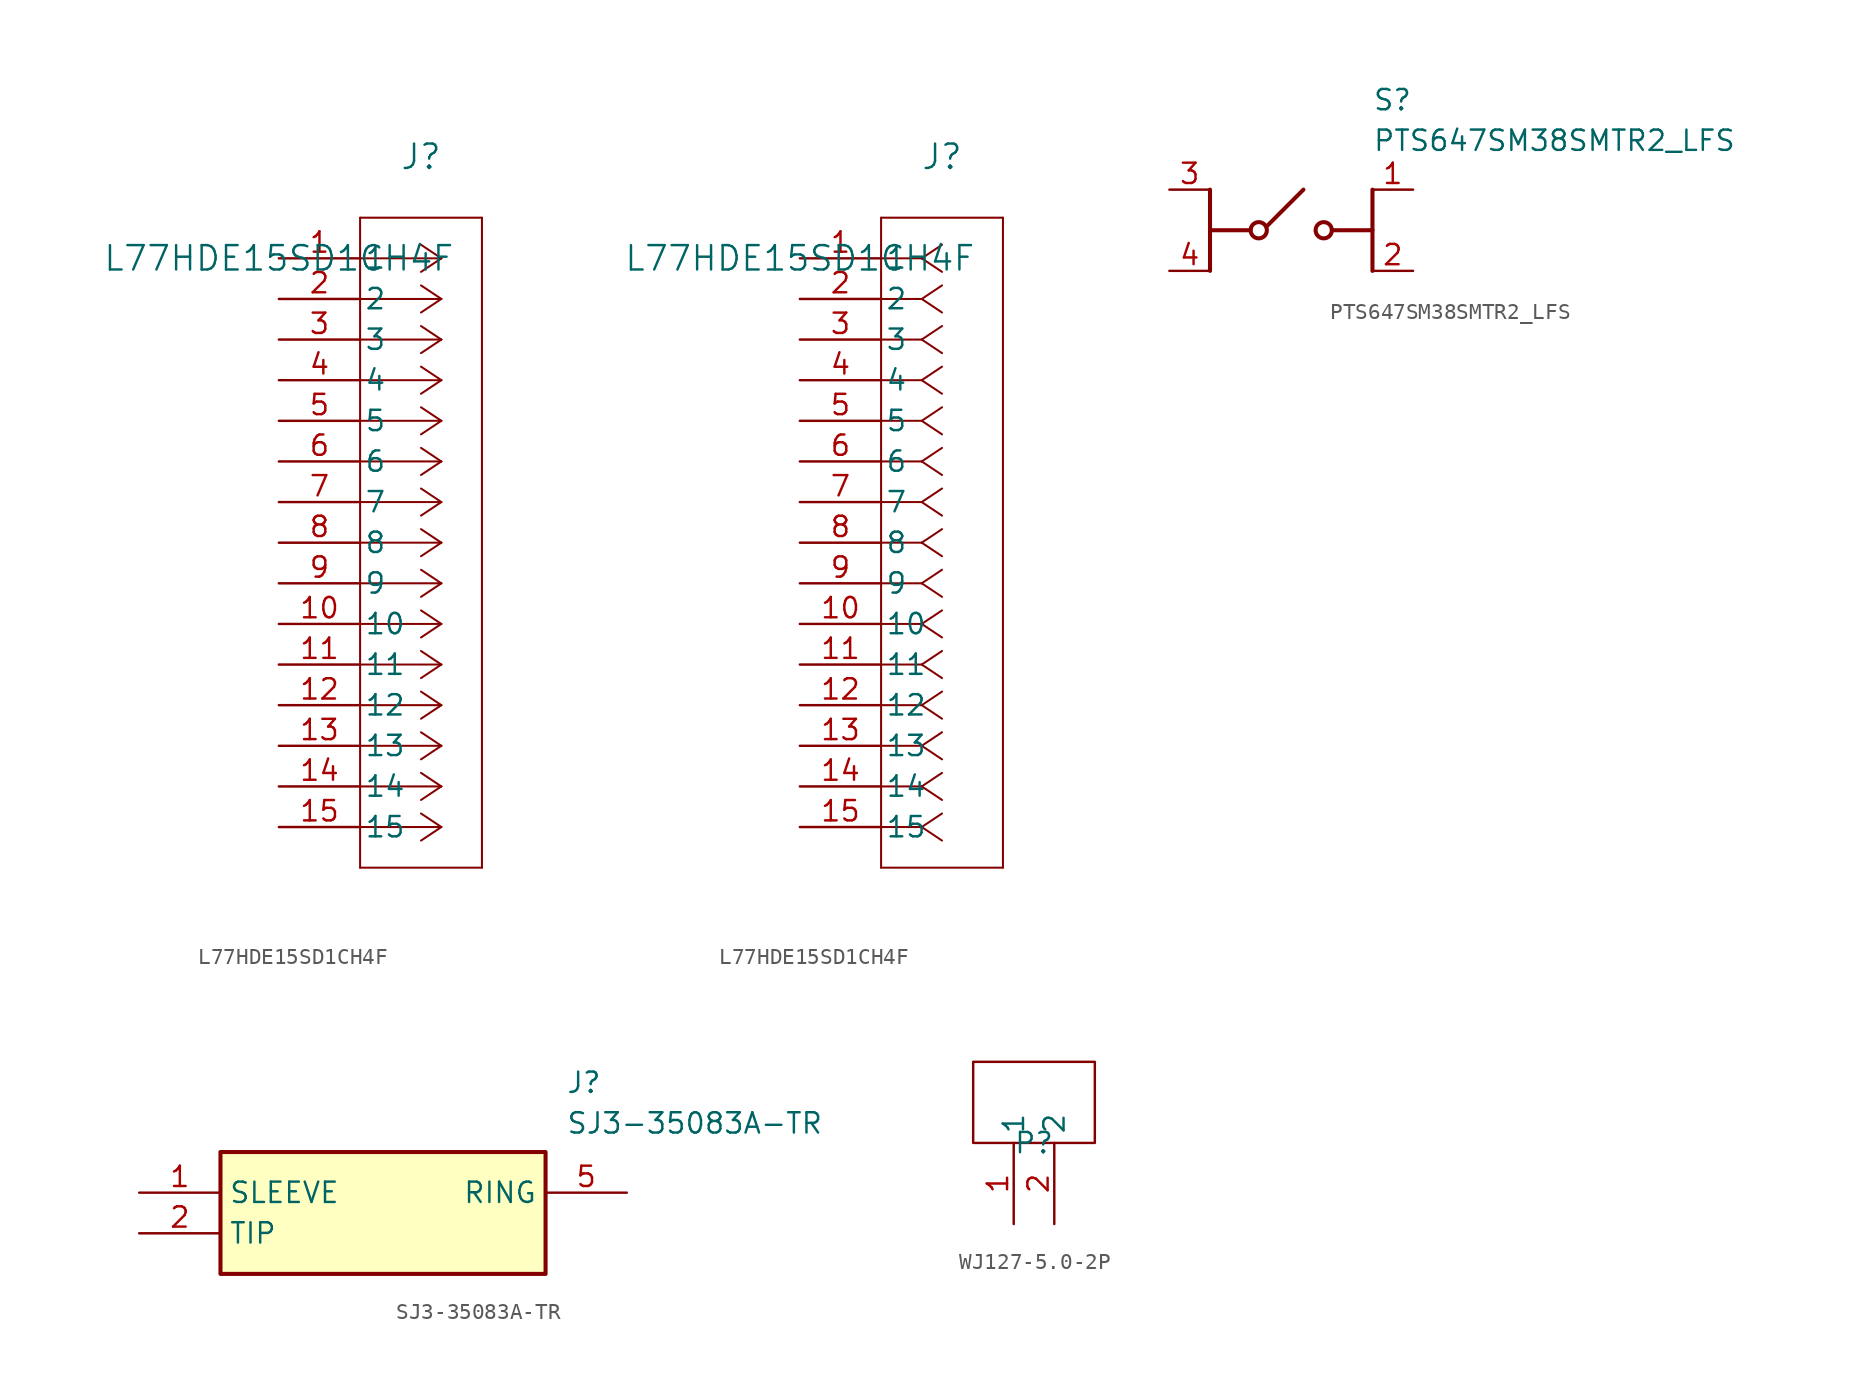
<source format=kicad_sym>
(kicad_symbol_lib
  (version 20241209)
  (generator "kicad_symbol_editor")
  (generator_version "9.0")
  (symbol "L77HDE15SD1CH4F"
    (pin_names
      (offset 0.254))
    (property "Reference" "J"
      (at 8.89 6.35 0)
      (effects (font (size 1.524 1.524))))
    (property "Value" "L77HDE15SD1CH4F"
      (at 0 0 0)
      (effects (font (size 1.524 1.524))))
    (property "ki_locked" ""
      (at 0 0 0)
      (effects (font (size 1.27 1.27))))
    (symbol "L77HDE15SD1CH4F_1_1"
      (polyline (pts (xy 5.08 2.54) (xy 5.08 -38.1)) (stroke (width 0.127) (type default)) (fill (type none)))
      (polyline (pts (xy 5.08 -38.1) (xy 12.7 -38.1)) (stroke (width 0.127) (type default)) (fill (type none)))
      (polyline (pts (xy 10.16 0) (xy 5.08 0)) (stroke (width 0.127) (type default)) (fill (type none)))
      (polyline (pts (xy 10.16 0) (xy 8.89 0.847)) (stroke (width 0.127) (type default)) (fill (type none)))
      (polyline (pts (xy 10.16 0) (xy 8.89 -0.847)) (stroke (width 0.127) (type default)) (fill (type none)))
      (polyline (pts (xy 10.16 -2.54) (xy 5.08 -2.54)) (stroke (width 0.127) (type default)) (fill (type none)))
      (polyline (pts (xy 10.16 -2.54) (xy 8.89 -1.693)) (stroke (width 0.127) (type default)) (fill (type none)))
      (polyline (pts (xy 10.16 -2.54) (xy 8.89 -3.387)) (stroke (width 0.127) (type default)) (fill (type none)))
      (polyline (pts (xy 10.16 -5.08) (xy 5.08 -5.08)) (stroke (width 0.127) (type default)) (fill (type none)))
      (polyline (pts (xy 10.16 -5.08) (xy 8.89 -4.233)) (stroke (width 0.127) (type default)) (fill (type none)))
      (polyline (pts (xy 10.16 -5.08) (xy 8.89 -5.927)) (stroke (width 0.127) (type default)) (fill (type none)))
      (polyline (pts (xy 10.16 -7.62) (xy 5.08 -7.62)) (stroke (width 0.127) (type default)) (fill (type none)))
      (polyline (pts (xy 10.16 -7.62) (xy 8.89 -6.773)) (stroke (width 0.127) (type default)) (fill (type none)))
      (polyline (pts (xy 10.16 -7.62) (xy 8.89 -8.467)) (stroke (width 0.127) (type default)) (fill (type none)))
      (polyline (pts (xy 10.16 -10.16) (xy 5.08 -10.16)) (stroke (width 0.127) (type default)) (fill (type none)))
      (polyline (pts (xy 10.16 -10.16) (xy 8.89 -9.313)) (stroke (width 0.127) (type default)) (fill (type none)))
      (polyline (pts (xy 10.16 -10.16) (xy 8.89 -11.007)) (stroke (width 0.127) (type default)) (fill (type none)))
      (polyline (pts (xy 10.16 -12.7) (xy 5.08 -12.7)) (stroke (width 0.127) (type default)) (fill (type none)))
      (polyline (pts (xy 10.16 -12.7) (xy 8.89 -11.853)) (stroke (width 0.127) (type default)) (fill (type none)))
      (polyline (pts (xy 10.16 -12.7) (xy 8.89 -13.547)) (stroke (width 0.127) (type default)) (fill (type none)))
      (polyline (pts (xy 10.16 -15.24) (xy 5.08 -15.24)) (stroke (width 0.127) (type default)) (fill (type none)))
      (polyline (pts (xy 10.16 -15.24) (xy 8.89 -14.393)) (stroke (width 0.127) (type default)) (fill (type none)))
      (polyline (pts (xy 10.16 -15.24) (xy 8.89 -16.087)) (stroke (width 0.127) (type default)) (fill (type none)))
      (polyline (pts (xy 10.16 -17.78) (xy 5.08 -17.78)) (stroke (width 0.127) (type default)) (fill (type none)))
      (polyline (pts (xy 10.16 -17.78) (xy 8.89 -16.933)) (stroke (width 0.127) (type default)) (fill (type none)))
      (polyline (pts (xy 10.16 -17.78) (xy 8.89 -18.627)) (stroke (width 0.127) (type default)) (fill (type none)))
      (polyline (pts (xy 10.16 -20.32) (xy 5.08 -20.32)) (stroke (width 0.127) (type default)) (fill (type none)))
      (polyline (pts (xy 10.16 -20.32) (xy 8.89 -19.473)) (stroke (width 0.127) (type default)) (fill (type none)))
      (polyline (pts (xy 10.16 -20.32) (xy 8.89 -21.167)) (stroke (width 0.127) (type default)) (fill (type none)))
      (polyline (pts (xy 10.16 -22.86) (xy 5.08 -22.86)) (stroke (width 0.127) (type default)) (fill (type none)))
      (polyline (pts (xy 10.16 -22.86) (xy 8.89 -22.013)) (stroke (width 0.127) (type default)) (fill (type none)))
      (polyline (pts (xy 10.16 -22.86) (xy 8.89 -23.707)) (stroke (width 0.127) (type default)) (fill (type none)))
      (polyline (pts (xy 10.16 -25.4) (xy 5.08 -25.4)) (stroke (width 0.127) (type default)) (fill (type none)))
      (polyline (pts (xy 10.16 -25.4) (xy 8.89 -24.553)) (stroke (width 0.127) (type default)) (fill (type none)))
      (polyline (pts (xy 10.16 -25.4) (xy 8.89 -26.247)) (stroke (width 0.127) (type default)) (fill (type none)))
      (polyline (pts (xy 10.16 -27.94) (xy 5.08 -27.94)) (stroke (width 0.127) (type default)) (fill (type none)))
      (polyline (pts (xy 10.16 -27.94) (xy 8.89 -27.093)) (stroke (width 0.127) (type default)) (fill (type none)))
      (polyline (pts (xy 10.16 -27.94) (xy 8.89 -28.787)) (stroke (width 0.127) (type default)) (fill (type none)))
      (polyline (pts (xy 10.16 -30.48) (xy 5.08 -30.48)) (stroke (width 0.127) (type default)) (fill (type none)))
      (polyline (pts (xy 10.16 -30.48) (xy 8.89 -29.633)) (stroke (width 0.127) (type default)) (fill (type none)))
      (polyline (pts (xy 10.16 -30.48) (xy 8.89 -31.327)) (stroke (width 0.127) (type default)) (fill (type none)))
      (polyline (pts (xy 10.16 -33.02) (xy 5.08 -33.02)) (stroke (width 0.127) (type default)) (fill (type none)))
      (polyline (pts (xy 10.16 -33.02) (xy 8.89 -32.173)) (stroke (width 0.127) (type default)) (fill (type none)))
      (polyline (pts (xy 10.16 -33.02) (xy 8.89 -33.867)) (stroke (width 0.127) (type default)) (fill (type none)))
      (polyline (pts (xy 10.16 -35.56) (xy 5.08 -35.56)) (stroke (width 0.127) (type default)) (fill (type none)))
      (polyline (pts (xy 10.16 -35.56) (xy 8.89 -34.713)) (stroke (width 0.127) (type default)) (fill (type none)))
      (polyline (pts (xy 10.16 -35.56) (xy 8.89 -36.407)) (stroke (width 0.127) (type default)) (fill (type none)))
      (polyline (pts (xy 12.7 2.54) (xy 5.08 2.54)) (stroke (width 0.127) (type default)) (fill (type none)))
      (polyline (pts (xy 12.7 -38.1) (xy 12.7 2.54)) (stroke (width 0.127) (type default)) (fill (type none)))
      (pin unspecified line (at 0 0 0) (length 5.08) (name "1" (effects (font (size 1.27 1.27)))) (number "1" (effects (font (size 1.27 1.27)))))
      (pin unspecified line (at 0 -2.54 0) (length 5.08) (name "2" (effects (font (size 1.27 1.27)))) (number "2" (effects (font (size 1.27 1.27)))))
      (pin unspecified line (at 0 -5.08 0) (length 5.08) (name "3" (effects (font (size 1.27 1.27)))) (number "3" (effects (font (size 1.27 1.27)))))
      (pin unspecified line (at 0 -7.62 0) (length 5.08) (name "4" (effects (font (size 1.27 1.27)))) (number "4" (effects (font (size 1.27 1.27)))))
      (pin unspecified line (at 0 -10.16 0) (length 5.08) (name "5" (effects (font (size 1.27 1.27)))) (number "5" (effects (font (size 1.27 1.27)))))
      (pin unspecified line (at 0 -12.7 0) (length 5.08) (name "6" (effects (font (size 1.27 1.27)))) (number "6" (effects (font (size 1.27 1.27)))))
      (pin unspecified line (at 0 -15.24 0) (length 5.08) (name "7" (effects (font (size 1.27 1.27)))) (number "7" (effects (font (size 1.27 1.27)))))
      (pin unspecified line (at 0 -17.78 0) (length 5.08) (name "8" (effects (font (size 1.27 1.27)))) (number "8" (effects (font (size 1.27 1.27)))))
      (pin unspecified line (at 0 -20.32 0) (length 5.08) (name "9" (effects (font (size 1.27 1.27)))) (number "9" (effects (font (size 1.27 1.27)))))
      (pin unspecified line (at 0 -22.86 0) (length 5.08) (name "10" (effects (font (size 1.27 1.27)))) (number "10" (effects (font (size 1.27 1.27)))))
      (pin unspecified line (at 0 -25.4 0) (length 5.08) (name "11" (effects (font (size 1.27 1.27)))) (number "11" (effects (font (size 1.27 1.27)))))
      (pin unspecified line (at 0 -27.94 0) (length 5.08) (name "12" (effects (font (size 1.27 1.27)))) (number "12" (effects (font (size 1.27 1.27)))))
      (pin unspecified line (at 0 -30.48 0) (length 5.08) (name "13" (effects (font (size 1.27 1.27)))) (number "13" (effects (font (size 1.27 1.27)))))
      (pin unspecified line (at 0 -33.02 0) (length 5.08) (name "14" (effects (font (size 1.27 1.27)))) (number "14" (effects (font (size 1.27 1.27)))))
      (pin unspecified line (at 0 -35.56 0) (length 5.08) (name "15" (effects (font (size 1.27 1.27)))) (number "15" (effects (font (size 1.27 1.27))))))
    (symbol "L77HDE15SD1CH4F_1_2"
      (polyline (pts (xy 5.08 2.54) (xy 5.08 -38.1)) (stroke (width 0.127) (type default)) (fill (type none)))
      (polyline (pts (xy 5.08 -38.1) (xy 12.7 -38.1)) (stroke (width 0.127) (type default)) (fill (type none)))
      (polyline (pts (xy 7.62 0) (xy 5.08 0)) (stroke (width 0.127) (type default)) (fill (type none)))
      (polyline (pts (xy 7.62 0) (xy 8.89 0.847)) (stroke (width 0.127) (type default)) (fill (type none)))
      (polyline (pts (xy 7.62 0) (xy 8.89 -0.847)) (stroke (width 0.127) (type default)) (fill (type none)))
      (polyline (pts (xy 7.62 -2.54) (xy 5.08 -2.54)) (stroke (width 0.127) (type default)) (fill (type none)))
      (polyline (pts (xy 7.62 -2.54) (xy 8.89 -1.693)) (stroke (width 0.127) (type default)) (fill (type none)))
      (polyline (pts (xy 7.62 -2.54) (xy 8.89 -3.387)) (stroke (width 0.127) (type default)) (fill (type none)))
      (polyline (pts (xy 7.62 -5.08) (xy 5.08 -5.08)) (stroke (width 0.127) (type default)) (fill (type none)))
      (polyline (pts (xy 7.62 -5.08) (xy 8.89 -4.233)) (stroke (width 0.127) (type default)) (fill (type none)))
      (polyline (pts (xy 7.62 -5.08) (xy 8.89 -5.927)) (stroke (width 0.127) (type default)) (fill (type none)))
      (polyline (pts (xy 7.62 -7.62) (xy 5.08 -7.62)) (stroke (width 0.127) (type default)) (fill (type none)))
      (polyline (pts (xy 7.62 -7.62) (xy 8.89 -6.773)) (stroke (width 0.127) (type default)) (fill (type none)))
      (polyline (pts (xy 7.62 -7.62) (xy 8.89 -8.467)) (stroke (width 0.127) (type default)) (fill (type none)))
      (polyline (pts (xy 7.62 -10.16) (xy 5.08 -10.16)) (stroke (width 0.127) (type default)) (fill (type none)))
      (polyline (pts (xy 7.62 -10.16) (xy 8.89 -9.313)) (stroke (width 0.127) (type default)) (fill (type none)))
      (polyline (pts (xy 7.62 -10.16) (xy 8.89 -11.007)) (stroke (width 0.127) (type default)) (fill (type none)))
      (polyline (pts (xy 7.62 -12.7) (xy 5.08 -12.7)) (stroke (width 0.127) (type default)) (fill (type none)))
      (polyline (pts (xy 7.62 -12.7) (xy 8.89 -11.853)) (stroke (width 0.127) (type default)) (fill (type none)))
      (polyline (pts (xy 7.62 -12.7) (xy 8.89 -13.547)) (stroke (width 0.127) (type default)) (fill (type none)))
      (polyline (pts (xy 7.62 -15.24) (xy 5.08 -15.24)) (stroke (width 0.127) (type default)) (fill (type none)))
      (polyline (pts (xy 7.62 -15.24) (xy 8.89 -14.393)) (stroke (width 0.127) (type default)) (fill (type none)))
      (polyline (pts (xy 7.62 -15.24) (xy 8.89 -16.087)) (stroke (width 0.127) (type default)) (fill (type none)))
      (polyline (pts (xy 7.62 -17.78) (xy 5.08 -17.78)) (stroke (width 0.127) (type default)) (fill (type none)))
      (polyline (pts (xy 7.62 -17.78) (xy 8.89 -16.933)) (stroke (width 0.127) (type default)) (fill (type none)))
      (polyline (pts (xy 7.62 -17.78) (xy 8.89 -18.627)) (stroke (width 0.127) (type default)) (fill (type none)))
      (polyline (pts (xy 7.62 -20.32) (xy 5.08 -20.32)) (stroke (width 0.127) (type default)) (fill (type none)))
      (polyline (pts (xy 7.62 -20.32) (xy 8.89 -19.473)) (stroke (width 0.127) (type default)) (fill (type none)))
      (polyline (pts (xy 7.62 -20.32) (xy 8.89 -21.167)) (stroke (width 0.127) (type default)) (fill (type none)))
      (polyline (pts (xy 7.62 -22.86) (xy 5.08 -22.86)) (stroke (width 0.127) (type default)) (fill (type none)))
      (polyline (pts (xy 7.62 -22.86) (xy 8.89 -22.013)) (stroke (width 0.127) (type default)) (fill (type none)))
      (polyline (pts (xy 7.62 -22.86) (xy 8.89 -23.707)) (stroke (width 0.127) (type default)) (fill (type none)))
      (polyline (pts (xy 7.62 -25.4) (xy 5.08 -25.4)) (stroke (width 0.127) (type default)) (fill (type none)))
      (polyline (pts (xy 7.62 -25.4) (xy 8.89 -24.553)) (stroke (width 0.127) (type default)) (fill (type none)))
      (polyline (pts (xy 7.62 -25.4) (xy 8.89 -26.247)) (stroke (width 0.127) (type default)) (fill (type none)))
      (polyline (pts (xy 7.62 -27.94) (xy 5.08 -27.94)) (stroke (width 0.127) (type default)) (fill (type none)))
      (polyline (pts (xy 7.62 -27.94) (xy 8.89 -27.093)) (stroke (width 0.127) (type default)) (fill (type none)))
      (polyline (pts (xy 7.62 -27.94) (xy 8.89 -28.787)) (stroke (width 0.127) (type default)) (fill (type none)))
      (polyline (pts (xy 7.62 -30.48) (xy 5.08 -30.48)) (stroke (width 0.127) (type default)) (fill (type none)))
      (polyline (pts (xy 7.62 -30.48) (xy 8.89 -29.633)) (stroke (width 0.127) (type default)) (fill (type none)))
      (polyline (pts (xy 7.62 -30.48) (xy 8.89 -31.327)) (stroke (width 0.127) (type default)) (fill (type none)))
      (polyline (pts (xy 7.62 -33.02) (xy 5.08 -33.02)) (stroke (width 0.127) (type default)) (fill (type none)))
      (polyline (pts (xy 7.62 -33.02) (xy 8.89 -32.173)) (stroke (width 0.127) (type default)) (fill (type none)))
      (polyline (pts (xy 7.62 -33.02) (xy 8.89 -33.867)) (stroke (width 0.127) (type default)) (fill (type none)))
      (polyline (pts (xy 7.62 -35.56) (xy 5.08 -35.56)) (stroke (width 0.127) (type default)) (fill (type none)))
      (polyline (pts (xy 7.62 -35.56) (xy 8.89 -34.713)) (stroke (width 0.127) (type default)) (fill (type none)))
      (polyline (pts (xy 7.62 -35.56) (xy 8.89 -36.407)) (stroke (width 0.127) (type default)) (fill (type none)))
      (polyline (pts (xy 12.7 2.54) (xy 5.08 2.54)) (stroke (width 0.127) (type default)) (fill (type none)))
      (polyline (pts (xy 12.7 -38.1) (xy 12.7 2.54)) (stroke (width 0.127) (type default)) (fill (type none)))
      (pin unspecified line (at 0 0 0) (length 5.08) (name "1" (effects (font (size 1.27 1.27)))) (number "1" (effects (font (size 1.27 1.27)))))
      (pin unspecified line (at 0 -2.54 0) (length 5.08) (name "2" (effects (font (size 1.27 1.27)))) (number "2" (effects (font (size 1.27 1.27)))))
      (pin unspecified line (at 0 -5.08 0) (length 5.08) (name "3" (effects (font (size 1.27 1.27)))) (number "3" (effects (font (size 1.27 1.27)))))
      (pin unspecified line (at 0 -7.62 0) (length 5.08) (name "4" (effects (font (size 1.27 1.27)))) (number "4" (effects (font (size 1.27 1.27)))))
      (pin unspecified line (at 0 -10.16 0) (length 5.08) (name "5" (effects (font (size 1.27 1.27)))) (number "5" (effects (font (size 1.27 1.27)))))
      (pin unspecified line (at 0 -12.7 0) (length 5.08) (name "6" (effects (font (size 1.27 1.27)))) (number "6" (effects (font (size 1.27 1.27)))))
      (pin unspecified line (at 0 -15.24 0) (length 5.08) (name "7" (effects (font (size 1.27 1.27)))) (number "7" (effects (font (size 1.27 1.27)))))
      (pin unspecified line (at 0 -17.78 0) (length 5.08) (name "8" (effects (font (size 1.27 1.27)))) (number "8" (effects (font (size 1.27 1.27)))))
      (pin unspecified line (at 0 -20.32 0) (length 5.08) (name "9" (effects (font (size 1.27 1.27)))) (number "9" (effects (font (size 1.27 1.27)))))
      (pin unspecified line (at 0 -22.86 0) (length 5.08) (name "10" (effects (font (size 1.27 1.27)))) (number "10" (effects (font (size 1.27 1.27)))))
      (pin unspecified line (at 0 -25.4 0) (length 5.08) (name "11" (effects (font (size 1.27 1.27)))) (number "11" (effects (font (size 1.27 1.27)))))
      (pin unspecified line (at 0 -27.94 0) (length 5.08) (name "12" (effects (font (size 1.27 1.27)))) (number "12" (effects (font (size 1.27 1.27)))))
      (pin unspecified line (at 0 -30.48 0) (length 5.08) (name "13" (effects (font (size 1.27 1.27)))) (number "13" (effects (font (size 1.27 1.27)))))
      (pin unspecified line (at 0 -33.02 0) (length 5.08) (name "14" (effects (font (size 1.27 1.27)))) (number "14" (effects (font (size 1.27 1.27)))))
      (pin unspecified line (at 0 -35.56 0) (length 5.08) (name "15" (effects (font (size 1.27 1.27)))) (number "15" (effects (font (size 1.27 1.27)))))))
  (symbol "PTS647SM38SMTR2_LFS"
    (pin_names
      (hide yes))
    (property "Reference" "S"
      (at 12.7 6.35 0)
      (effects (font (size 1.27 1.27)) (justify left top)))
    (property "Value" "PTS647SM38SMTR2_LFS"
      (at 12.7 3.81 0)
      (effects (font (size 1.27 1.27)) (justify left top)))
    (symbol "PTS647SM38SMTR2_LFS_1_1"
      (polyline (pts (xy 2.54 -2.54) (xy 5.08 -2.54)) (stroke (width 0.254) (type default)) (fill (type none)))
      (polyline (pts (xy 2.54 -5.08) (xy 2.54 0)) (stroke (width 0.254) (type default)) (fill (type none)))
      (circle (center 5.588 -2.54) (radius 0.508) (stroke (width 0.254) (type default)) (fill (type none)))
      (polyline (pts (xy 6.096 -2.286) (xy 8.382 0)) (stroke (width 0.254) (type default)) (fill (type none)))
      (circle (center 9.652 -2.54) (radius 0.508) (stroke (width 0.254) (type default)) (fill (type none)))
      (polyline (pts (xy 10.16 -2.54) (xy 12.7 -2.54)) (stroke (width 0.254) (type default)) (fill (type none)))
      (polyline (pts (xy 12.7 -5.08) (xy 12.7 0)) (stroke (width 0.254) (type default)) (fill (type none)))
      (pin passive line (at 0 0 0) (length 2.54) (name "COM_1" (effects (font (size 1.27 1.27)))) (number "3" (effects (font (size 1.27 1.27)))))
      (pin passive line (at 0 -5.08 0) (length 2.54) (name "COM_2" (effects (font (size 1.27 1.27)))) (number "4" (effects (font (size 1.27 1.27)))))
      (pin passive line (at 15.24 0 180) (length 2.54) (name "NO_1" (effects (font (size 1.27 1.27)))) (number "1" (effects (font (size 1.27 1.27)))))
      (pin passive line (at 15.24 -5.08 180) (length 2.54) (name "NO_2" (effects (font (size 1.27 1.27)))) (number "2" (effects (font (size 1.27 1.27)))))))
  (symbol "SJ3-35083A-TR"
    (property "Reference" "J"
      (at 26.67 7.62 0)
      (effects (font (size 1.27 1.27)) (justify left top)))
    (property "Value" "SJ3-35083A-TR"
      (at 26.67 5.08 0)
      (effects (font (size 1.27 1.27)) (justify left top)))
    (symbol "SJ3-35083A-TR_1_1"
      (rectangle (start 5.08 2.54) (end 25.4 -5.08) (stroke (width 0.254) (type default)) (fill (type background)))
      (pin passive line (at 0 0 0) (length 5.08) (name "SLEEVE" (effects (font (size 1.27 1.27)))) (number "1" (effects (font (size 1.27 1.27)))))
      (pin passive line (at 0 -2.54 0) (length 5.08) (name "TIP" (effects (font (size 1.27 1.27)))) (number "2" (effects (font (size 1.27 1.27)))))
      (pin passive line (at 30.48 0 180) (length 5.08) (name "RING" (effects (font (size 1.27 1.27)))) (number "5" (effects (font (size 1.27 1.27)))))))
  (symbol "WJ127-5.0-2P"
    (property "Reference" "P"
      (at 0 0 0)
      (effects (font (size 1.27 1.27))))
    (property "Value" ""
      (at 0 0 0)
      (effects (font (size 1.27 1.27))))
    (symbol "WJ127-5.0-2P_1_0"
      (rectangle (start -3.81 5.08) (end 3.81 0) (stroke (width 0) (type default)) (fill (type none)))
      (pin unspecified line (at -1.27 -5.08 90) (length 5.08) (name "1" (effects (font (size 1.27 1.27)))) (number "1" (effects (font (size 1.27 1.27)))))
      (pin unspecified line (at 1.27 -5.08 90) (length 5.08) (name "2" (effects (font (size 1.27 1.27)))) (number "2" (effects (font (size 1.27 1.27))))))))
</source>
